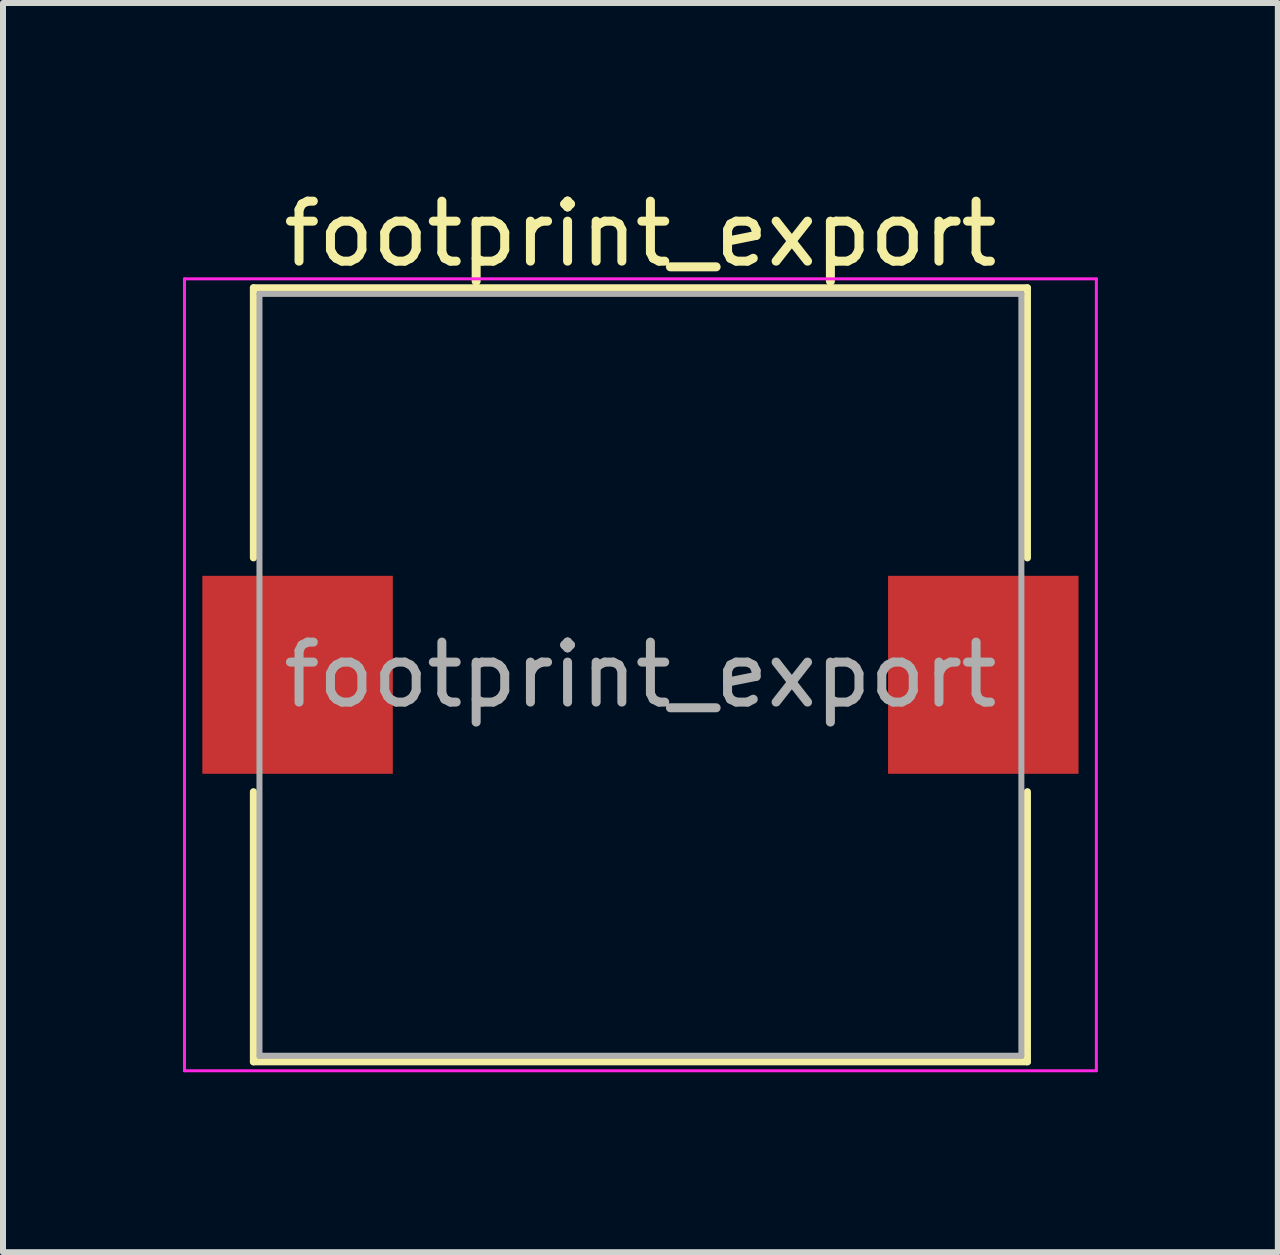
<source format=kicad_pcb>
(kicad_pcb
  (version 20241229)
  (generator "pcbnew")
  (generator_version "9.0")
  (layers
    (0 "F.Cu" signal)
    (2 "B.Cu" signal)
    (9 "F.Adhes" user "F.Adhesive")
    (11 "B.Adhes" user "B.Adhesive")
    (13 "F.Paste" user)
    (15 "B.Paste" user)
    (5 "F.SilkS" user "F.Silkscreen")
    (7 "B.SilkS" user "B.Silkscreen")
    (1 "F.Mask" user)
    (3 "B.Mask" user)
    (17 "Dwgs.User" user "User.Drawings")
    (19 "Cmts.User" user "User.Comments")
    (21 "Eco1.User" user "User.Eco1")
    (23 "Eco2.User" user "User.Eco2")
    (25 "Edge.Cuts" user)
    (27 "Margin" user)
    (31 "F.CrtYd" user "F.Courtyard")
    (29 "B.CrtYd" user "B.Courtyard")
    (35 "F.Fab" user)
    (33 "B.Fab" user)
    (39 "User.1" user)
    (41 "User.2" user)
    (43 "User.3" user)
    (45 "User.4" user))
  (footprint "footprint_export"
    (layer "F.Cu")
    (at 7.625 8.198)
    (property "Reference" "footprint_export" (at 0 -7.35 0) (layer "F.SilkS") (effects (font (size 1 1) (thickness 0.15))))
    (attr smd)
    (fp_line (start -6.45 -6.45) (end 6.45 -6.45) (stroke (width 0.12) (type solid)) (layer "F.SilkS"))
    (fp_line (start -6.45 -1.95) (end -6.45 -6.45) (stroke (width 0.12) (type solid)) (layer "F.SilkS"))
    (fp_line (start -6.45 1.95) (end -6.45 6.45) (stroke (width 0.12) (type solid)) (layer "F.SilkS"))
    (fp_line (start -6.45 6.45) (end 6.45 6.45) (stroke (width 0.12) (type solid)) (layer "F.SilkS"))
    (fp_line (start 6.45 -6.45) (end 6.45 -1.95) (stroke (width 0.12) (type solid)) (layer "F.SilkS"))
    (fp_line (start 6.45 6.45) (end 6.45 1.95) (stroke (width 0.12) (type solid)) (layer "F.SilkS"))
    (fp_line (start -7.6 -6.6) (end -7.6 6.6) (stroke (width 0.05) (type solid)) (layer "F.CrtYd"))
    (fp_line (start -7.6 6.6) (end 7.6 6.6) (stroke (width 0.05) (type solid)) (layer "F.CrtYd"))
    (fp_line (start 7.6 -6.6) (end -7.6 -6.6) (stroke (width 0.05) (type solid)) (layer "F.CrtYd"))
    (fp_line (start 7.6 6.6) (end 7.6 -6.6) (stroke (width 0.05) (type solid)) (layer "F.CrtYd"))
    (fp_line (start -6.35 -6.35) (end -6.35 6.35) (stroke (width 0.1) (type solid)) (layer "F.Fab"))
    (fp_line (start -6.35 6.35) (end 6.35 6.35) (stroke (width 0.1) (type solid)) (layer "F.Fab"))
    (fp_line (start 6.35 -6.35) (end -6.35 -6.35) (stroke (width 0.1) (type solid)) (layer "F.Fab"))
    (fp_line (start 6.35 6.35) (end 6.35 -6.35) (stroke (width 0.1) (type solid)) (layer "F.Fab"))
    (fp_text user "${REFERENCE}" (at 0 0 0) (layer "F.Fab") (effects (font (size 1 1) (thickness 0.15))))
    (pad "1" smd rect (at -5.715 0) (size 3.175 3.3) (layers "F.Cu" "F.Mask" "F.Paste"))
    (pad "2" smd rect (at 5.715 0) (size 3.175 3.3) (layers "F.Cu" "F.Mask" "F.Paste")))
  (gr_rect
    (start -3 -3)
    (end 18.25 17.823)
    (stroke (width 0.1) (type default))
    (fill no)
    (layer "Edge.Cuts")))
</source>
